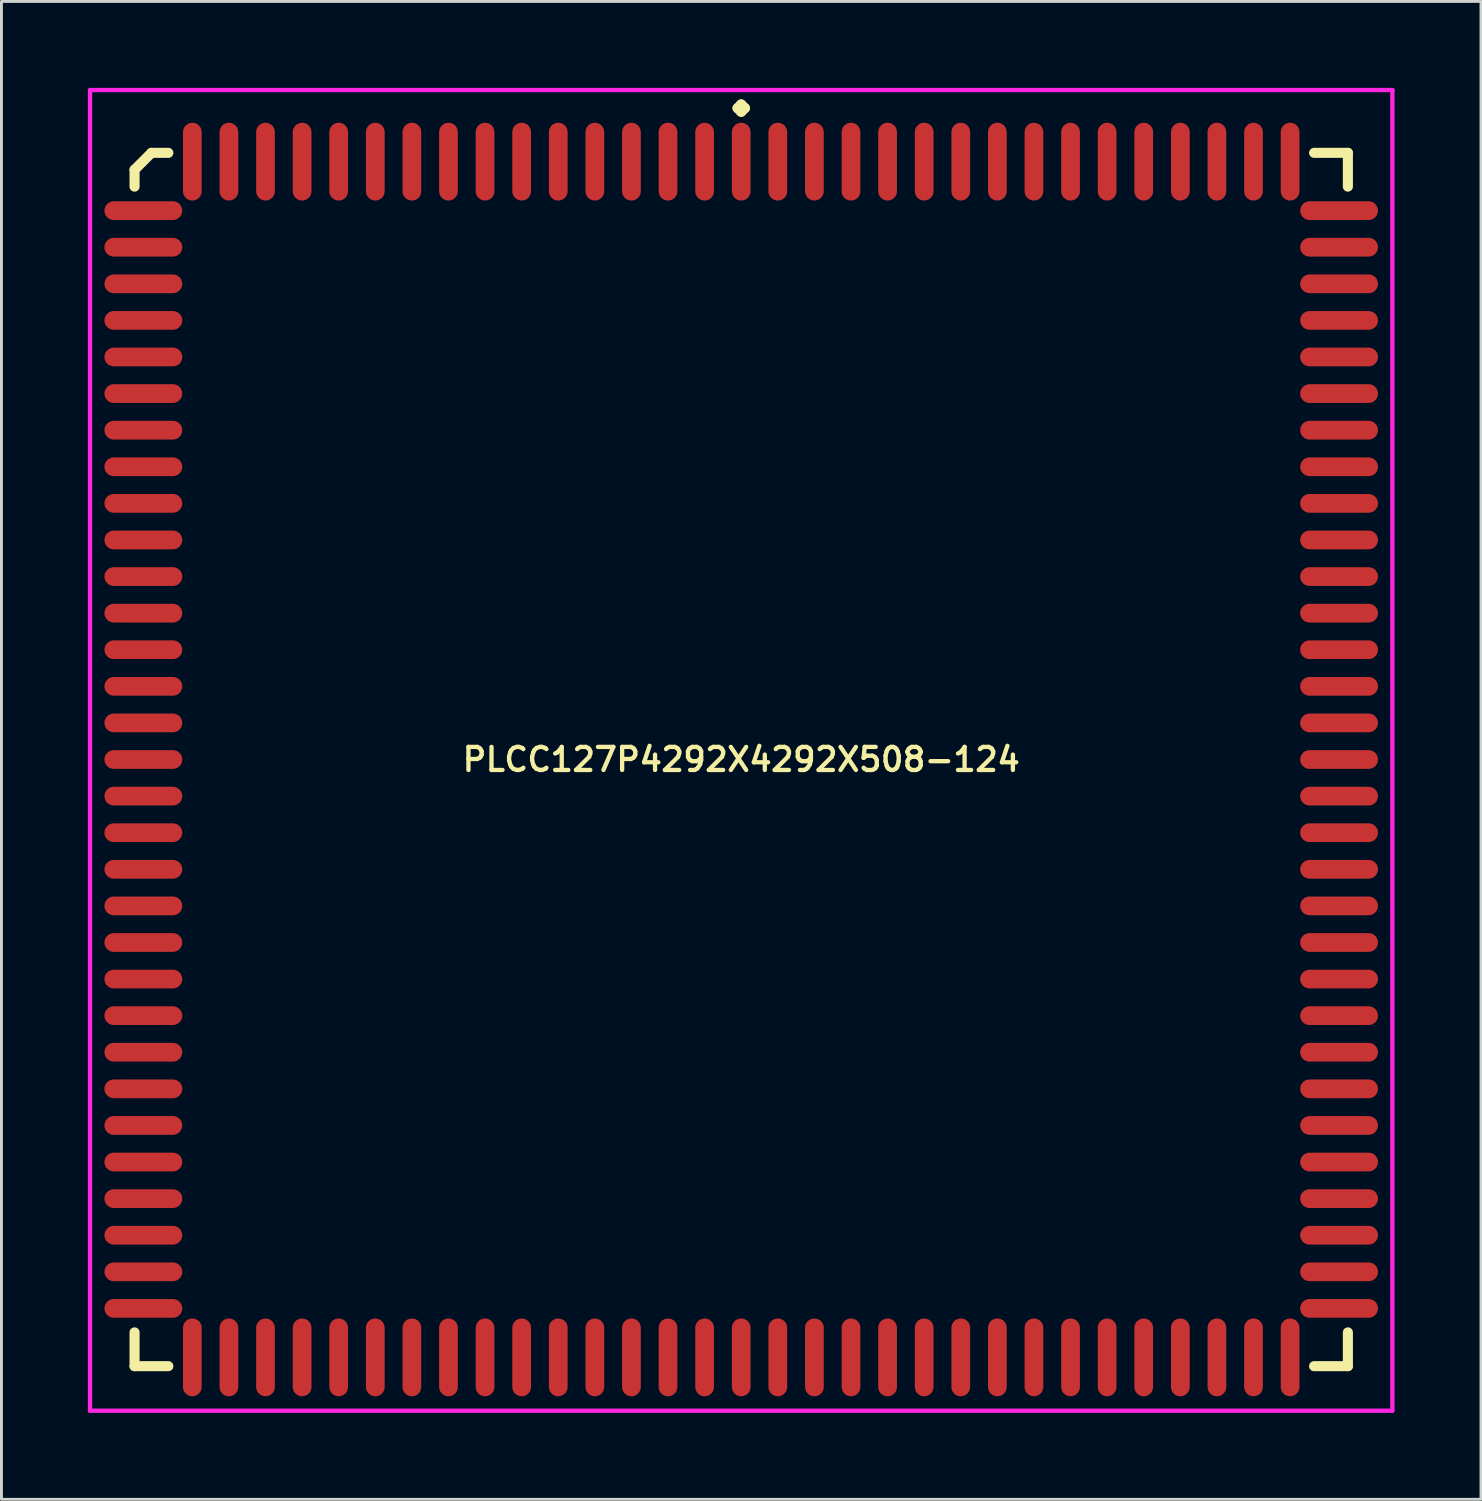
<source format=kicad_pcb>
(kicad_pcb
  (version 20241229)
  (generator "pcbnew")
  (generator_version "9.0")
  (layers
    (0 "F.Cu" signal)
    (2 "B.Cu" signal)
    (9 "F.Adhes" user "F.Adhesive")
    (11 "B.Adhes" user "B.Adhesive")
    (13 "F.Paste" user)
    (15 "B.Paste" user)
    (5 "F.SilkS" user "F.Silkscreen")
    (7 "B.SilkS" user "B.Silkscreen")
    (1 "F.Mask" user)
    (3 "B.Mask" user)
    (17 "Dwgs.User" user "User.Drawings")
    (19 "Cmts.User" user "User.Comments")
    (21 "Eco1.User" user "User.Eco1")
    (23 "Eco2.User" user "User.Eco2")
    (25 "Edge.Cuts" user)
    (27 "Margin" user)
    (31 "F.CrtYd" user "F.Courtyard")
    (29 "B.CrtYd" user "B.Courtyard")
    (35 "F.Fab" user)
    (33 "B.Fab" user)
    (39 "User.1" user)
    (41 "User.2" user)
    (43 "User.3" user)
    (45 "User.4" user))
  (footprint "PLCC127P4292X4292X508-124"
    (layer "F.Cu")
    (at 22.675 23.31)
    (property "Reference" "PLCC127P4292X4292X508-124" (at 0 0 0) (layer "F.SilkS") (effects (font (size 0.8 0.8) (thickness 0.15))))
    (attr smd)
    (fp_line (start -21.055 -20.469) (end -20.469 -21.055) (stroke (width 0.35) (type solid)) (layer "F.SilkS"))
    (fp_line (start -21.055 -19.883) (end -21.055 -20.469) (stroke (width 0.35) (type solid)) (layer "F.SilkS"))
    (fp_line (start -21.055 19.883) (end -21.055 21.055) (stroke (width 0.35) (type solid)) (layer "F.SilkS"))
    (fp_line (start -21.055 21.055) (end -19.883 21.055) (stroke (width 0.35) (type solid)) (layer "F.SilkS"))
    (fp_line (start -20.469 -21.055) (end -19.883 -21.055) (stroke (width 0.35) (type solid)) (layer "F.SilkS"))
    (fp_line (start -0.127 -22.608) (end 0 -22.735) (stroke (width 0.35) (type solid)) (layer "F.SilkS"))
    (fp_line (start 0 -22.735) (end 0.127 -22.608) (stroke (width 0.35) (type solid)) (layer "F.SilkS"))
    (fp_line (start 0 -22.481) (end -0.127 -22.608) (stroke (width 0.35) (type solid)) (layer "F.SilkS"))
    (fp_line (start 0.127 -22.608) (end 0 -22.481) (stroke (width 0.35) (type solid)) (layer "F.SilkS"))
    (fp_line (start 21.055 -21.055) (end 19.883 -21.055) (stroke (width 0.35) (type solid)) (layer "F.SilkS"))
    (fp_line (start 21.055 -19.883) (end 21.055 -21.055) (stroke (width 0.35) (type solid)) (layer "F.SilkS"))
    (fp_line (start 21.055 19.883) (end 21.055 21.055) (stroke (width 0.35) (type solid)) (layer "F.SilkS"))
    (fp_line (start 21.055 21.055) (end 19.883 21.055) (stroke (width 0.35) (type solid)) (layer "F.SilkS"))
    (fp_line (start -22.6 -23.235) (end 22.6 -23.235) (stroke (width 0.15) (type solid)) (layer "F.CrtYd"))
    (fp_line (start -22.6 22.6) (end -22.6 -23.235) (stroke (width 0.15) (type solid)) (layer "F.CrtYd"))
    (fp_line (start 22.6 -23.235) (end 22.6 22.6) (stroke (width 0.15) (type solid)) (layer "F.CrtYd"))
    (fp_line (start 22.6 22.6) (end -22.6 22.6) (stroke (width 0.15) (type solid)) (layer "F.CrtYd"))
    (pad "1" smd oval (at 0 -20.75) (size 0.65 2.7) (layers "F.Cu" "F.Mask" "F.Paste"))
    (pad "2" smd oval (at -1.27 -20.75) (size 0.65 2.7) (layers "F.Cu" "F.Mask" "F.Paste"))
    (pad "3" smd oval (at -2.54 -20.75) (size 0.65 2.7) (layers "F.Cu" "F.Mask" "F.Paste"))
    (pad "4" smd oval (at -3.81 -20.75) (size 0.65 2.7) (layers "F.Cu" "F.Mask" "F.Paste"))
    (pad "5" smd oval (at -5.08 -20.75) (size 0.65 2.7) (layers "F.Cu" "F.Mask" "F.Paste"))
    (pad "6" smd oval (at -6.35 -20.75) (size 0.65 2.7) (layers "F.Cu" "F.Mask" "F.Paste"))
    (pad "7" smd oval (at -7.62 -20.75) (size 0.65 2.7) (layers "F.Cu" "F.Mask" "F.Paste"))
    (pad "8" smd oval (at -8.89 -20.75) (size 0.65 2.7) (layers "F.Cu" "F.Mask" "F.Paste"))
    (pad "9" smd oval (at -10.16 -20.75) (size 0.65 2.7) (layers "F.Cu" "F.Mask" "F.Paste"))
    (pad "10" smd oval (at -11.43 -20.75) (size 0.65 2.7) (layers "F.Cu" "F.Mask" "F.Paste"))
    (pad "11" smd oval (at -12.7 -20.75) (size 0.65 2.7) (layers "F.Cu" "F.Mask" "F.Paste"))
    (pad "12" smd oval (at -13.97 -20.75) (size 0.65 2.7) (layers "F.Cu" "F.Mask" "F.Paste"))
    (pad "13" smd oval (at -15.24 -20.75) (size 0.65 2.7) (layers "F.Cu" "F.Mask" "F.Paste"))
    (pad "14" smd oval (at -16.51 -20.75) (size 0.65 2.7) (layers "F.Cu" "F.Mask" "F.Paste"))
    (pad "15" smd oval (at -17.78 -20.75) (size 0.65 2.7) (layers "F.Cu" "F.Mask" "F.Paste"))
    (pad "16" smd oval (at -19.05 -20.75) (size 0.65 2.7) (layers "F.Cu" "F.Mask" "F.Paste"))
    (pad "17" smd oval (at -20.75 -19.05) (size 2.7 0.65) (layers "F.Cu" "F.Mask" "F.Paste"))
    (pad "18" smd oval (at -20.75 -17.78) (size 2.7 0.65) (layers "F.Cu" "F.Mask" "F.Paste"))
    (pad "19" smd oval (at -20.75 -16.51) (size 2.7 0.65) (layers "F.Cu" "F.Mask" "F.Paste"))
    (pad "20" smd oval (at -20.75 -15.24) (size 2.7 0.65) (layers "F.Cu" "F.Mask" "F.Paste"))
    (pad "21" smd oval (at -20.75 -13.97) (size 2.7 0.65) (layers "F.Cu" "F.Mask" "F.Paste"))
    (pad "22" smd oval (at -20.75 -12.7) (size 2.7 0.65) (layers "F.Cu" "F.Mask" "F.Paste"))
    (pad "23" smd oval (at -20.75 -11.43) (size 2.7 0.65) (layers "F.Cu" "F.Mask" "F.Paste"))
    (pad "24" smd oval (at -20.75 -10.16) (size 2.7 0.65) (layers "F.Cu" "F.Mask" "F.Paste"))
    (pad "25" smd oval (at -20.75 -8.89) (size 2.7 0.65) (layers "F.Cu" "F.Mask" "F.Paste"))
    (pad "26" smd oval (at -20.75 -7.62) (size 2.7 0.65) (layers "F.Cu" "F.Mask" "F.Paste"))
    (pad "27" smd oval (at -20.75 -6.35) (size 2.7 0.65) (layers "F.Cu" "F.Mask" "F.Paste"))
    (pad "28" smd oval (at -20.75 -5.08) (size 2.7 0.65) (layers "F.Cu" "F.Mask" "F.Paste"))
    (pad "29" smd oval (at -20.75 -3.81) (size 2.7 0.65) (layers "F.Cu" "F.Mask" "F.Paste"))
    (pad "30" smd oval (at -20.75 -2.54) (size 2.7 0.65) (layers "F.Cu" "F.Mask" "F.Paste"))
    (pad "31" smd oval (at -20.75 -1.27) (size 2.7 0.65) (layers "F.Cu" "F.Mask" "F.Paste"))
    (pad "32" smd oval (at -20.75 0) (size 2.7 0.65) (layers "F.Cu" "F.Mask" "F.Paste"))
    (pad "33" smd oval (at -20.75 1.27) (size 2.7 0.65) (layers "F.Cu" "F.Mask" "F.Paste"))
    (pad "34" smd oval (at -20.75 2.54) (size 2.7 0.65) (layers "F.Cu" "F.Mask" "F.Paste"))
    (pad "35" smd oval (at -20.75 3.81) (size 2.7 0.65) (layers "F.Cu" "F.Mask" "F.Paste"))
    (pad "36" smd oval (at -20.75 5.08) (size 2.7 0.65) (layers "F.Cu" "F.Mask" "F.Paste"))
    (pad "37" smd oval (at -20.75 6.35) (size 2.7 0.65) (layers "F.Cu" "F.Mask" "F.Paste"))
    (pad "38" smd oval (at -20.75 7.62) (size 2.7 0.65) (layers "F.Cu" "F.Mask" "F.Paste"))
    (pad "39" smd oval (at -20.75 8.89) (size 2.7 0.65) (layers "F.Cu" "F.Mask" "F.Paste"))
    (pad "40" smd oval (at -20.75 10.16) (size 2.7 0.65) (layers "F.Cu" "F.Mask" "F.Paste"))
    (pad "41" smd oval (at -20.75 11.43) (size 2.7 0.65) (layers "F.Cu" "F.Mask" "F.Paste"))
    (pad "42" smd oval (at -20.75 12.7) (size 2.7 0.65) (layers "F.Cu" "F.Mask" "F.Paste"))
    (pad "43" smd oval (at -20.75 13.97) (size 2.7 0.65) (layers "F.Cu" "F.Mask" "F.Paste"))
    (pad "44" smd oval (at -20.75 15.24) (size 2.7 0.65) (layers "F.Cu" "F.Mask" "F.Paste"))
    (pad "45" smd oval (at -20.75 16.51) (size 2.7 0.65) (layers "F.Cu" "F.Mask" "F.Paste"))
    (pad "46" smd oval (at -20.75 17.78) (size 2.7 0.65) (layers "F.Cu" "F.Mask" "F.Paste"))
    (pad "47" smd oval (at -20.75 19.05) (size 2.7 0.65) (layers "F.Cu" "F.Mask" "F.Paste"))
    (pad "48" smd oval (at -19.05 20.75) (size 0.65 2.7) (layers "F.Cu" "F.Mask" "F.Paste"))
    (pad "49" smd oval (at -17.78 20.75) (size 0.65 2.7) (layers "F.Cu" "F.Mask" "F.Paste"))
    (pad "50" smd oval (at -16.51 20.75) (size 0.65 2.7) (layers "F.Cu" "F.Mask" "F.Paste"))
    (pad "51" smd oval (at -15.24 20.75) (size 0.65 2.7) (layers "F.Cu" "F.Mask" "F.Paste"))
    (pad "52" smd oval (at -13.97 20.75) (size 0.65 2.7) (layers "F.Cu" "F.Mask" "F.Paste"))
    (pad "53" smd oval (at -12.7 20.75) (size 0.65 2.7) (layers "F.Cu" "F.Mask" "F.Paste"))
    (pad "54" smd oval (at -11.43 20.75) (size 0.65 2.7) (layers "F.Cu" "F.Mask" "F.Paste"))
    (pad "55" smd oval (at -10.16 20.75) (size 0.65 2.7) (layers "F.Cu" "F.Mask" "F.Paste"))
    (pad "56" smd oval (at -8.89 20.75) (size 0.65 2.7) (layers "F.Cu" "F.Mask" "F.Paste"))
    (pad "57" smd oval (at -7.62 20.75) (size 0.65 2.7) (layers "F.Cu" "F.Mask" "F.Paste"))
    (pad "58" smd oval (at -6.35 20.75) (size 0.65 2.7) (layers "F.Cu" "F.Mask" "F.Paste"))
    (pad "59" smd oval (at -5.08 20.75) (size 0.65 2.7) (layers "F.Cu" "F.Mask" "F.Paste"))
    (pad "60" smd oval (at -3.81 20.75) (size 0.65 2.7) (layers "F.Cu" "F.Mask" "F.Paste"))
    (pad "61" smd oval (at -2.54 20.75) (size 0.65 2.7) (layers "F.Cu" "F.Mask" "F.Paste"))
    (pad "62" smd oval (at -1.27 20.75) (size 0.65 2.7) (layers "F.Cu" "F.Mask" "F.Paste"))
    (pad "63" smd oval (at 0 20.75) (size 0.65 2.7) (layers "F.Cu" "F.Mask" "F.Paste"))
    (pad "64" smd oval (at 1.27 20.75) (size 0.65 2.7) (layers "F.Cu" "F.Mask" "F.Paste"))
    (pad "65" smd oval (at 2.54 20.75) (size 0.65 2.7) (layers "F.Cu" "F.Mask" "F.Paste"))
    (pad "66" smd oval (at 3.81 20.75) (size 0.65 2.7) (layers "F.Cu" "F.Mask" "F.Paste"))
    (pad "67" smd oval (at 5.08 20.75) (size 0.65 2.7) (layers "F.Cu" "F.Mask" "F.Paste"))
    (pad "68" smd oval (at 6.35 20.75) (size 0.65 2.7) (layers "F.Cu" "F.Mask" "F.Paste"))
    (pad "69" smd oval (at 7.62 20.75) (size 0.65 2.7) (layers "F.Cu" "F.Mask" "F.Paste"))
    (pad "70" smd oval (at 8.89 20.75) (size 0.65 2.7) (layers "F.Cu" "F.Mask" "F.Paste"))
    (pad "71" smd oval (at 10.16 20.75) (size 0.65 2.7) (layers "F.Cu" "F.Mask" "F.Paste"))
    (pad "72" smd oval (at 11.43 20.75) (size 0.65 2.7) (layers "F.Cu" "F.Mask" "F.Paste"))
    (pad "73" smd oval (at 12.7 20.75) (size 0.65 2.7) (layers "F.Cu" "F.Mask" "F.Paste"))
    (pad "74" smd oval (at 13.97 20.75) (size 0.65 2.7) (layers "F.Cu" "F.Mask" "F.Paste"))
    (pad "75" smd oval (at 15.24 20.75) (size 0.65 2.7) (layers "F.Cu" "F.Mask" "F.Paste"))
    (pad "76" smd oval (at 16.51 20.75) (size 0.65 2.7) (layers "F.Cu" "F.Mask" "F.Paste"))
    (pad "77" smd oval (at 17.78 20.75) (size 0.65 2.7) (layers "F.Cu" "F.Mask" "F.Paste"))
    (pad "78" smd oval (at 19.05 20.75) (size 0.65 2.7) (layers "F.Cu" "F.Mask" "F.Paste"))
    (pad "79" smd oval (at 20.75 19.05) (size 2.7 0.65) (layers "F.Cu" "F.Mask" "F.Paste"))
    (pad "80" smd oval (at 20.75 17.78) (size 2.7 0.65) (layers "F.Cu" "F.Mask" "F.Paste"))
    (pad "81" smd oval (at 20.75 16.51) (size 2.7 0.65) (layers "F.Cu" "F.Mask" "F.Paste"))
    (pad "82" smd oval (at 20.75 15.24) (size 2.7 0.65) (layers "F.Cu" "F.Mask" "F.Paste"))
    (pad "83" smd oval (at 20.75 13.97) (size 2.7 0.65) (layers "F.Cu" "F.Mask" "F.Paste"))
    (pad "84" smd oval (at 20.75 12.7) (size 2.7 0.65) (layers "F.Cu" "F.Mask" "F.Paste"))
    (pad "85" smd oval (at 20.75 11.43) (size 2.7 0.65) (layers "F.Cu" "F.Mask" "F.Paste"))
    (pad "86" smd oval (at 20.75 10.16) (size 2.7 0.65) (layers "F.Cu" "F.Mask" "F.Paste"))
    (pad "87" smd oval (at 20.75 8.89) (size 2.7 0.65) (layers "F.Cu" "F.Mask" "F.Paste"))
    (pad "88" smd oval (at 20.75 7.62) (size 2.7 0.65) (layers "F.Cu" "F.Mask" "F.Paste"))
    (pad "89" smd oval (at 20.75 6.35) (size 2.7 0.65) (layers "F.Cu" "F.Mask" "F.Paste"))
    (pad "90" smd oval (at 20.75 5.08) (size 2.7 0.65) (layers "F.Cu" "F.Mask" "F.Paste"))
    (pad "91" smd oval (at 20.75 3.81) (size 2.7 0.65) (layers "F.Cu" "F.Mask" "F.Paste"))
    (pad "92" smd oval (at 20.75 2.54) (size 2.7 0.65) (layers "F.Cu" "F.Mask" "F.Paste"))
    (pad "93" smd oval (at 20.75 1.27) (size 2.7 0.65) (layers "F.Cu" "F.Mask" "F.Paste"))
    (pad "94" smd oval (at 20.75 0) (size 2.7 0.65) (layers "F.Cu" "F.Mask" "F.Paste"))
    (pad "95" smd oval (at 20.75 -1.27) (size 2.7 0.65) (layers "F.Cu" "F.Mask" "F.Paste"))
    (pad "96" smd oval (at 20.75 -2.54) (size 2.7 0.65) (layers "F.Cu" "F.Mask" "F.Paste"))
    (pad "97" smd oval (at 20.75 -3.81) (size 2.7 0.65) (layers "F.Cu" "F.Mask" "F.Paste"))
    (pad "98" smd oval (at 20.75 -5.08) (size 2.7 0.65) (layers "F.Cu" "F.Mask" "F.Paste"))
    (pad "99" smd oval (at 20.75 -6.35) (size 2.7 0.65) (layers "F.Cu" "F.Mask" "F.Paste"))
    (pad "100" smd oval (at 20.75 -7.62) (size 2.7 0.65) (layers "F.Cu" "F.Mask" "F.Paste"))
    (pad "101" smd oval (at 20.75 -8.89) (size 2.7 0.65) (layers "F.Cu" "F.Mask" "F.Paste"))
    (pad "102" smd oval (at 20.75 -10.16) (size 2.7 0.65) (layers "F.Cu" "F.Mask" "F.Paste"))
    (pad "103" smd oval (at 20.75 -11.43) (size 2.7 0.65) (layers "F.Cu" "F.Mask" "F.Paste"))
    (pad "104" smd oval (at 20.75 -12.7) (size 2.7 0.65) (layers "F.Cu" "F.Mask" "F.Paste"))
    (pad "105" smd oval (at 20.75 -13.97) (size 2.7 0.65) (layers "F.Cu" "F.Mask" "F.Paste"))
    (pad "106" smd oval (at 20.75 -15.24) (size 2.7 0.65) (layers "F.Cu" "F.Mask" "F.Paste"))
    (pad "107" smd oval (at 20.75 -16.51) (size 2.7 0.65) (layers "F.Cu" "F.Mask" "F.Paste"))
    (pad "108" smd oval (at 20.75 -17.78) (size 2.7 0.65) (layers "F.Cu" "F.Mask" "F.Paste"))
    (pad "109" smd oval (at 20.75 -19.05) (size 2.7 0.65) (layers "F.Cu" "F.Mask" "F.Paste"))
    (pad "110" smd oval (at 19.05 -20.75) (size 0.65 2.7) (layers "F.Cu" "F.Mask" "F.Paste"))
    (pad "111" smd oval (at 17.78 -20.75) (size 0.65 2.7) (layers "F.Cu" "F.Mask" "F.Paste"))
    (pad "112" smd oval (at 16.51 -20.75) (size 0.65 2.7) (layers "F.Cu" "F.Mask" "F.Paste"))
    (pad "113" smd oval (at 15.24 -20.75) (size 0.65 2.7) (layers "F.Cu" "F.Mask" "F.Paste"))
    (pad "114" smd oval (at 13.97 -20.75) (size 0.65 2.7) (layers "F.Cu" "F.Mask" "F.Paste"))
    (pad "115" smd oval (at 12.7 -20.75) (size 0.65 2.7) (layers "F.Cu" "F.Mask" "F.Paste"))
    (pad "116" smd oval (at 11.43 -20.75) (size 0.65 2.7) (layers "F.Cu" "F.Mask" "F.Paste"))
    (pad "117" smd oval (at 10.16 -20.75) (size 0.65 2.7) (layers "F.Cu" "F.Mask" "F.Paste"))
    (pad "118" smd oval (at 8.89 -20.75) (size 0.65 2.7) (layers "F.Cu" "F.Mask" "F.Paste"))
    (pad "119" smd oval (at 7.62 -20.75) (size 0.65 2.7) (layers "F.Cu" "F.Mask" "F.Paste"))
    (pad "120" smd oval (at 6.35 -20.75) (size 0.65 2.7) (layers "F.Cu" "F.Mask" "F.Paste"))
    (pad "121" smd oval (at 5.08 -20.75) (size 0.65 2.7) (layers "F.Cu" "F.Mask" "F.Paste"))
    (pad "122" smd oval (at 3.81 -20.75) (size 0.65 2.7) (layers "F.Cu" "F.Mask" "F.Paste"))
    (pad "123" smd oval (at 2.54 -20.75) (size 0.65 2.7) (layers "F.Cu" "F.Mask" "F.Paste"))
    (pad "124" smd oval (at 1.27 -20.75) (size 0.65 2.7) (layers "F.Cu" "F.Mask" "F.Paste")))
  (gr_rect
    (start -3 -3)
    (end 48.35 48.985)
    (stroke (width 0.1) (type default))
    (fill no)
    (layer "Edge.Cuts")))
</source>
